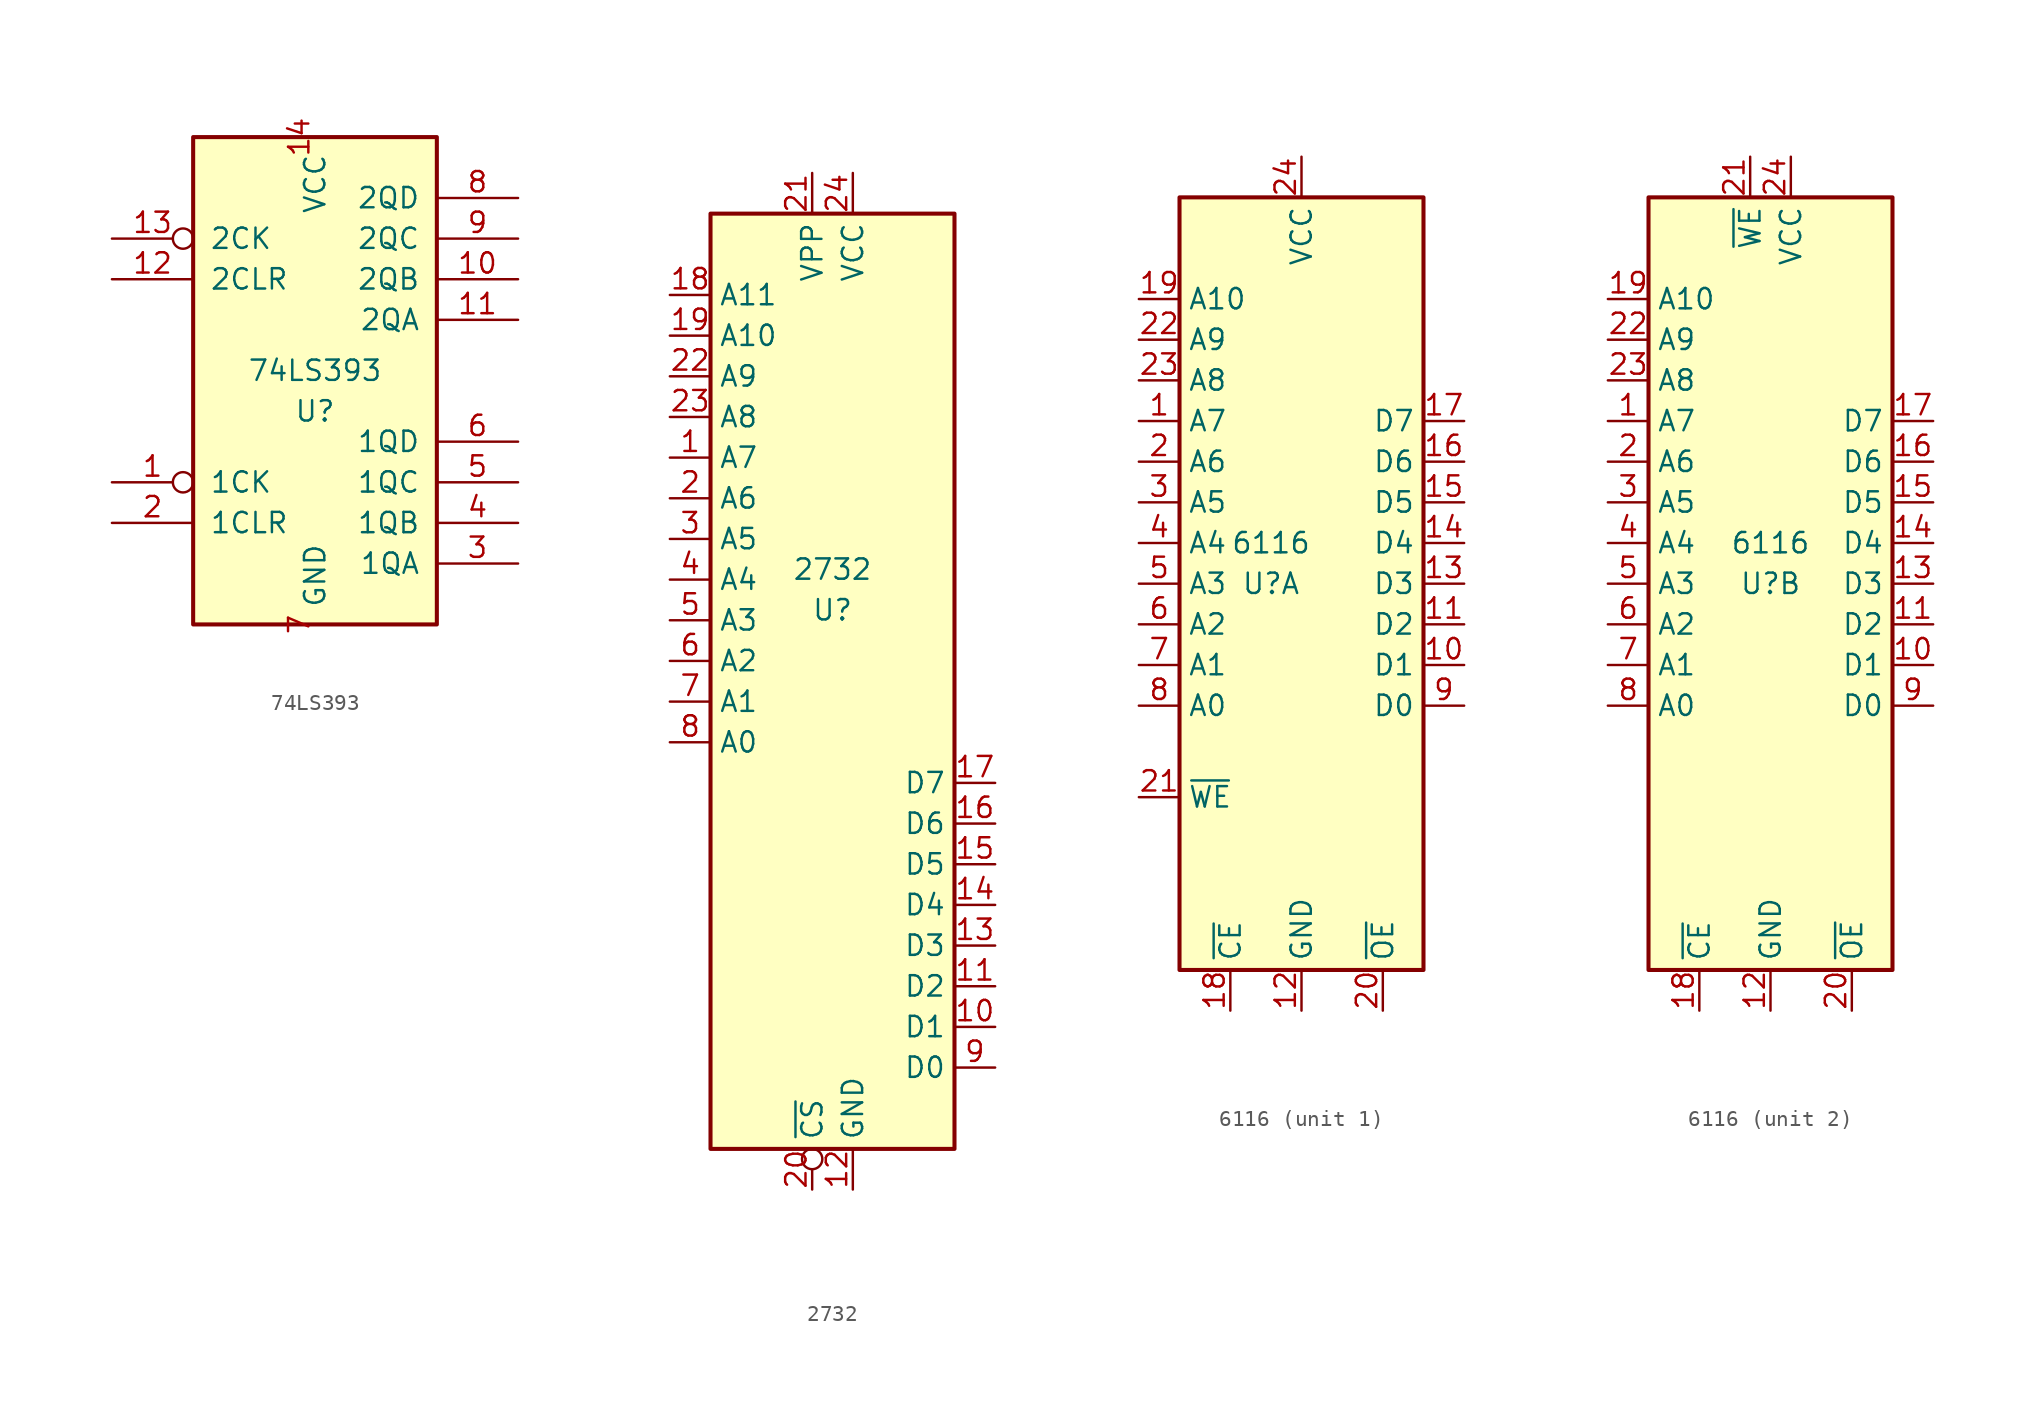
<source format=kicad_sym>
(kicad_symbol_lib
  (version 20211014)
  (generator kicad_symbol_editor)
  (symbol "74LS393"
    (pin_names
      (offset 1.016))
    (property "Reference" "U"
      (at 0 -3.175 0)
      (effects (font (size 1.27 1.27))))
    (property "Value" "74LS393"
      (at 0 -0.635 0)
      (effects (font (size 1.27 1.27))))
    (symbol "74LS393_1_1"
      (rectangle (start -7.62 13.97) (end 7.62 -16.51) (stroke (width 0.254) (type default) (color 0 0 0 0)) (fill (type background)))
      (pin input inverted (at -12.7 -7.62 0) (length 5.08) (name "1CK" (effects (font (size 1.27 1.27)))) (number "1" (effects (font (size 1.27 1.27)))))
      (pin output line (at 12.7 5.08 180) (length 5.08) (name "2QB" (effects (font (size 1.27 1.27)))) (number "10" (effects (font (size 1.27 1.27)))))
      (pin output line (at 12.7 2.54 180) (length 5.08) (name "2QA" (effects (font (size 1.27 1.27)))) (number "11" (effects (font (size 1.27 1.27)))))
      (pin input line (at -12.7 5.08 0) (length 5.08) (name "2CLR" (effects (font (size 1.27 1.27)))) (number "12" (effects (font (size 1.27 1.27)))))
      (pin input inverted (at -12.7 7.62 0) (length 5.08) (name "2CK" (effects (font (size 1.27 1.27)))) (number "13" (effects (font (size 1.27 1.27)))))
      (pin power_in line (at 0 13.97 270) (length 0) (name "VCC" (effects (font (size 1.27 1.27)))) (number "14" (effects (font (size 1.27 1.27)))))
      (pin input line (at -12.7 -10.16 0) (length 5.08) (name "1CLR" (effects (font (size 1.27 1.27)))) (number "2" (effects (font (size 1.27 1.27)))))
      (pin output line (at 12.7 -12.7 180) (length 5.08) (name "1QA" (effects (font (size 1.27 1.27)))) (number "3" (effects (font (size 1.27 1.27)))))
      (pin output line (at 12.7 -10.16 180) (length 5.08) (name "1QB" (effects (font (size 1.27 1.27)))) (number "4" (effects (font (size 1.27 1.27)))))
      (pin output line (at 12.7 -7.62 180) (length 5.08) (name "1QC" (effects (font (size 1.27 1.27)))) (number "5" (effects (font (size 1.27 1.27)))))
      (pin output line (at 12.7 -5.08 180) (length 5.08) (name "1QD" (effects (font (size 1.27 1.27)))) (number "6" (effects (font (size 1.27 1.27)))))
      (pin power_in line (at 0 -16.51 90) (length 0) (name "GND" (effects (font (size 1.27 1.27)))) (number "7" (effects (font (size 1.27 1.27)))))
      (pin output line (at 12.7 10.16 180) (length 5.08) (name "2QD" (effects (font (size 1.27 1.27)))) (number "8" (effects (font (size 1.27 1.27)))))
      (pin output line (at 12.7 7.62 180) (length 5.08) (name "2QC" (effects (font (size 1.27 1.27)))) (number "9" (effects (font (size 1.27 1.27)))))))
  (symbol "2732"
    (property "Reference" "U"
      (at -0.635 6.985 0)
      (effects (font (size 1.27 1.27))))
    (property "Value" "2732"
      (at -0.635 9.525 0)
      (effects (font (size 1.27 1.27))))
    (symbol "2732_1_1"
      (rectangle (start -8.255 31.75) (end 6.985 -26.67) (stroke (width 0.254) (type default) (color 0 0 0 0)) (fill (type background)))
      (pin input line (at -10.795 16.51 0) (length 2.54) (name "A7" (effects (font (size 1.27 1.27)))) (number "1" (effects (font (size 1.27 1.27)))))
      (pin tri_state line (at 9.525 -19.05 180) (length 2.54) (name "D1" (effects (font (size 1.27 1.27)))) (number "10" (effects (font (size 1.27 1.27)))))
      (pin tri_state line (at 9.525 -16.51 180) (length 2.54) (name "D2" (effects (font (size 1.27 1.27)))) (number "11" (effects (font (size 1.27 1.27)))))
      (pin power_in line (at 0.635 -29.21 90) (length 2.54) (name "GND" (effects (font (size 1.27 1.27)))) (number "12" (effects (font (size 1.27 1.27)))))
      (pin tri_state line (at 9.525 -13.97 180) (length 2.54) (name "D3" (effects (font (size 1.27 1.27)))) (number "13" (effects (font (size 1.27 1.27)))))
      (pin tri_state line (at 9.525 -11.43 180) (length 2.54) (name "D4" (effects (font (size 1.27 1.27)))) (number "14" (effects (font (size 1.27 1.27)))))
      (pin tri_state line (at 9.525 -8.89 180) (length 2.54) (name "D5" (effects (font (size 1.27 1.27)))) (number "15" (effects (font (size 1.27 1.27)))))
      (pin tri_state line (at 9.525 -6.35 180) (length 2.54) (name "D6" (effects (font (size 1.27 1.27)))) (number "16" (effects (font (size 1.27 1.27)))))
      (pin tri_state line (at 9.525 -3.81 180) (length 2.54) (name "D7" (effects (font (size 1.27 1.27)))) (number "17" (effects (font (size 1.27 1.27)))))
      (pin input line (at -10.795 26.67 0) (length 2.54) (name "A11" (effects (font (size 1.27 1.27)))) (number "18" (effects (font (size 1.27 1.27)))))
      (pin input line (at -10.795 24.13 0) (length 2.54) (name "A10" (effects (font (size 1.27 1.27)))) (number "19" (effects (font (size 1.27 1.27)))))
      (pin input line (at -10.795 13.97 0) (length 2.54) (name "A6" (effects (font (size 1.27 1.27)))) (number "2" (effects (font (size 1.27 1.27)))))
      (pin input inverted (at -1.905 -29.21 90) (length 2.54) (name "~{CS}" (effects (font (size 1.27 1.27)))) (number "20" (effects (font (size 1.27 1.27)))))
      (pin input line (at -1.905 34.29 270) (length 2.54) (name "VPP" (effects (font (size 1.27 1.27)))) (number "21" (effects (font (size 1.27 1.27)))))
      (pin input line (at -10.795 21.59 0) (length 2.54) (name "A9" (effects (font (size 1.27 1.27)))) (number "22" (effects (font (size 1.27 1.27)))))
      (pin input line (at -10.795 19.05 0) (length 2.54) (name "A8" (effects (font (size 1.27 1.27)))) (number "23" (effects (font (size 1.27 1.27)))))
      (pin power_in line (at 0.635 34.29 270) (length 2.54) (name "VCC" (effects (font (size 1.27 1.27)))) (number "24" (effects (font (size 1.27 1.27)))))
      (pin input line (at -10.795 11.43 0) (length 2.54) (name "A5" (effects (font (size 1.27 1.27)))) (number "3" (effects (font (size 1.27 1.27)))))
      (pin input line (at -10.795 8.89 0) (length 2.54) (name "A4" (effects (font (size 1.27 1.27)))) (number "4" (effects (font (size 1.27 1.27)))))
      (pin input line (at -10.795 6.35 0) (length 2.54) (name "A3" (effects (font (size 1.27 1.27)))) (number "5" (effects (font (size 1.27 1.27)))))
      (pin input line (at -10.795 3.81 0) (length 2.54) (name "A2" (effects (font (size 1.27 1.27)))) (number "6" (effects (font (size 1.27 1.27)))))
      (pin input line (at -10.795 1.27 0) (length 2.54) (name "A1" (effects (font (size 1.27 1.27)))) (number "7" (effects (font (size 1.27 1.27)))))
      (pin input line (at -10.795 -1.27 0) (length 2.54) (name "A0" (effects (font (size 1.27 1.27)))) (number "8" (effects (font (size 1.27 1.27)))))
      (pin tri_state line (at 9.525 -21.59 180) (length 2.54) (name "D0" (effects (font (size 1.27 1.27)))) (number "9" (effects (font (size 1.27 1.27)))))))
  (symbol "6116"
    (property "Reference" "U"
      (at 0 -1.27 0)
      (effects (font (size 1.27 1.27))))
    (property "Value" "6116"
      (at 0 1.27 0)
      (effects (font (size 1.27 1.27))))
    (symbol "6116_1_1"
      (rectangle (start -5.715 22.86) (end 9.525 -25.4) (stroke (width 0.254) (type default) (color 0 0 0 0)) (fill (type background)))
      (pin input line (at -8.255 8.89 0) (length 2.54) (name "A7" (effects (font (size 1.27 1.27)))) (number "1" (effects (font (size 1.27 1.27)))))
      (pin bidirectional line (at 12.065 -6.35 180) (length 2.54) (name "D1" (effects (font (size 1.27 1.27)))) (number "10" (effects (font (size 1.27 1.27)))))
      (pin bidirectional line (at 12.065 -3.81 180) (length 2.54) (name "D2" (effects (font (size 1.27 1.27)))) (number "11" (effects (font (size 1.27 1.27)))))
      (pin power_in line (at 1.905 -27.94 90) (length 2.54) (name "GND" (effects (font (size 1.27 1.27)))) (number "12" (effects (font (size 1.27 1.27)))))
      (pin bidirectional line (at 12.065 -1.27 180) (length 2.54) (name "D3" (effects (font (size 1.27 1.27)))) (number "13" (effects (font (size 1.27 1.27)))))
      (pin bidirectional line (at 12.065 1.27 180) (length 2.54) (name "D4" (effects (font (size 1.27 1.27)))) (number "14" (effects (font (size 1.27 1.27)))))
      (pin bidirectional line (at 12.065 3.81 180) (length 2.54) (name "D5" (effects (font (size 1.27 1.27)))) (number "15" (effects (font (size 1.27 1.27)))))
      (pin bidirectional line (at 12.065 6.35 180) (length 2.54) (name "D6" (effects (font (size 1.27 1.27)))) (number "16" (effects (font (size 1.27 1.27)))))
      (pin bidirectional line (at 12.065 8.89 180) (length 2.54) (name "D7" (effects (font (size 1.27 1.27)))) (number "17" (effects (font (size 1.27 1.27)))))
      (pin input line (at -2.54 -27.94 90) (length 2.54) (name "~{CE}" (effects (font (size 1.27 1.27)))) (number "18" (effects (font (size 1.27 1.27)))))
      (pin input line (at -8.255 16.51 0) (length 2.54) (name "A10" (effects (font (size 1.27 1.27)))) (number "19" (effects (font (size 1.27 1.27)))))
      (pin input line (at -8.255 6.35 0) (length 2.54) (name "A6" (effects (font (size 1.27 1.27)))) (number "2" (effects (font (size 1.27 1.27)))))
      (pin input line (at 6.985 -27.94 90) (length 2.54) (name "~{OE}" (effects (font (size 1.27 1.27)))) (number "20" (effects (font (size 1.27 1.27)))))
      (pin input line (at -8.255 -14.605 0) (length 2.54) (name "~{WE}" (effects (font (size 1.27 1.27)))) (number "21" (effects (font (size 1.27 1.27)))))
      (pin input line (at -8.255 13.97 0) (length 2.54) (name "A9" (effects (font (size 1.27 1.27)))) (number "22" (effects (font (size 1.27 1.27)))))
      (pin input line (at -8.255 11.43 0) (length 2.54) (name "A8" (effects (font (size 1.27 1.27)))) (number "23" (effects (font (size 1.27 1.27)))))
      (pin power_in line (at 1.905 25.4 270) (length 2.54) (name "VCC" (effects (font (size 1.27 1.27)))) (number "24" (effects (font (size 1.27 1.27)))))
      (pin input line (at -8.255 3.81 0) (length 2.54) (name "A5" (effects (font (size 1.27 1.27)))) (number "3" (effects (font (size 1.27 1.27)))))
      (pin input line (at -8.255 1.27 0) (length 2.54) (name "A4" (effects (font (size 1.27 1.27)))) (number "4" (effects (font (size 1.27 1.27)))))
      (pin input line (at -8.255 -1.27 0) (length 2.54) (name "A3" (effects (font (size 1.27 1.27)))) (number "5" (effects (font (size 1.27 1.27)))))
      (pin input line (at -8.255 -3.81 0) (length 2.54) (name "A2" (effects (font (size 1.27 1.27)))) (number "6" (effects (font (size 1.27 1.27)))))
      (pin input line (at -8.255 -6.35 0) (length 2.54) (name "A1" (effects (font (size 1.27 1.27)))) (number "7" (effects (font (size 1.27 1.27)))))
      (pin input line (at -8.255 -8.89 0) (length 2.54) (name "A0" (effects (font (size 1.27 1.27)))) (number "8" (effects (font (size 1.27 1.27)))))
      (pin bidirectional line (at 12.065 -8.89 180) (length 2.54) (name "D0" (effects (font (size 1.27 1.27)))) (number "9" (effects (font (size 1.27 1.27))))))
    (symbol "6116_2_1"
      (rectangle (start -7.62 22.86) (end 7.62 -25.4) (stroke (width 0.254) (type default) (color 0 0 0 0)) (fill (type background)))
      (pin input line (at -10.16 8.89 0) (length 2.54) (name "A7" (effects (font (size 1.27 1.27)))) (number "1" (effects (font (size 1.27 1.27)))))
      (pin bidirectional line (at 10.16 -6.35 180) (length 2.54) (name "D1" (effects (font (size 1.27 1.27)))) (number "10" (effects (font (size 1.27 1.27)))))
      (pin bidirectional line (at 10.16 -3.81 180) (length 2.54) (name "D2" (effects (font (size 1.27 1.27)))) (number "11" (effects (font (size 1.27 1.27)))))
      (pin power_in line (at 0 -27.94 90) (length 2.54) (name "GND" (effects (font (size 1.27 1.27)))) (number "12" (effects (font (size 1.27 1.27)))))
      (pin bidirectional line (at 10.16 -1.27 180) (length 2.54) (name "D3" (effects (font (size 1.27 1.27)))) (number "13" (effects (font (size 1.27 1.27)))))
      (pin bidirectional line (at 10.16 1.27 180) (length 2.54) (name "D4" (effects (font (size 1.27 1.27)))) (number "14" (effects (font (size 1.27 1.27)))))
      (pin bidirectional line (at 10.16 3.81 180) (length 2.54) (name "D5" (effects (font (size 1.27 1.27)))) (number "15" (effects (font (size 1.27 1.27)))))
      (pin bidirectional line (at 10.16 6.35 180) (length 2.54) (name "D6" (effects (font (size 1.27 1.27)))) (number "16" (effects (font (size 1.27 1.27)))))
      (pin bidirectional line (at 10.16 8.89 180) (length 2.54) (name "D7" (effects (font (size 1.27 1.27)))) (number "17" (effects (font (size 1.27 1.27)))))
      (pin input line (at -4.445 -27.94 90) (length 2.54) (name "~{CE}" (effects (font (size 1.27 1.27)))) (number "18" (effects (font (size 1.27 1.27)))))
      (pin input line (at -10.16 16.51 0) (length 2.54) (name "A10" (effects (font (size 1.27 1.27)))) (number "19" (effects (font (size 1.27 1.27)))))
      (pin input line (at -10.16 6.35 0) (length 2.54) (name "A6" (effects (font (size 1.27 1.27)))) (number "2" (effects (font (size 1.27 1.27)))))
      (pin input line (at 5.08 -27.94 90) (length 2.54) (name "~{OE}" (effects (font (size 1.27 1.27)))) (number "20" (effects (font (size 1.27 1.27)))))
      (pin input line (at -1.27 25.4 270) (length 2.54) (name "~{WE}" (effects (font (size 1.27 1.27)))) (number "21" (effects (font (size 1.27 1.27)))))
      (pin input line (at -10.16 13.97 0) (length 2.54) (name "A9" (effects (font (size 1.27 1.27)))) (number "22" (effects (font (size 1.27 1.27)))))
      (pin input line (at -10.16 11.43 0) (length 2.54) (name "A8" (effects (font (size 1.27 1.27)))) (number "23" (effects (font (size 1.27 1.27)))))
      (pin power_in line (at 1.27 25.4 270) (length 2.54) (name "VCC" (effects (font (size 1.27 1.27)))) (number "24" (effects (font (size 1.27 1.27)))))
      (pin input line (at -10.16 3.81 0) (length 2.54) (name "A5" (effects (font (size 1.27 1.27)))) (number "3" (effects (font (size 1.27 1.27)))))
      (pin input line (at -10.16 1.27 0) (length 2.54) (name "A4" (effects (font (size 1.27 1.27)))) (number "4" (effects (font (size 1.27 1.27)))))
      (pin input line (at -10.16 -1.27 0) (length 2.54) (name "A3" (effects (font (size 1.27 1.27)))) (number "5" (effects (font (size 1.27 1.27)))))
      (pin input line (at -10.16 -3.81 0) (length 2.54) (name "A2" (effects (font (size 1.27 1.27)))) (number "6" (effects (font (size 1.27 1.27)))))
      (pin input line (at -10.16 -6.35 0) (length 2.54) (name "A1" (effects (font (size 1.27 1.27)))) (number "7" (effects (font (size 1.27 1.27)))))
      (pin input line (at -10.16 -8.89 0) (length 2.54) (name "A0" (effects (font (size 1.27 1.27)))) (number "8" (effects (font (size 1.27 1.27)))))
      (pin bidirectional line (at 10.16 -8.89 180) (length 2.54) (name "D0" (effects (font (size 1.27 1.27)))) (number "9" (effects (font (size 1.27 1.27))))))))
</source>
